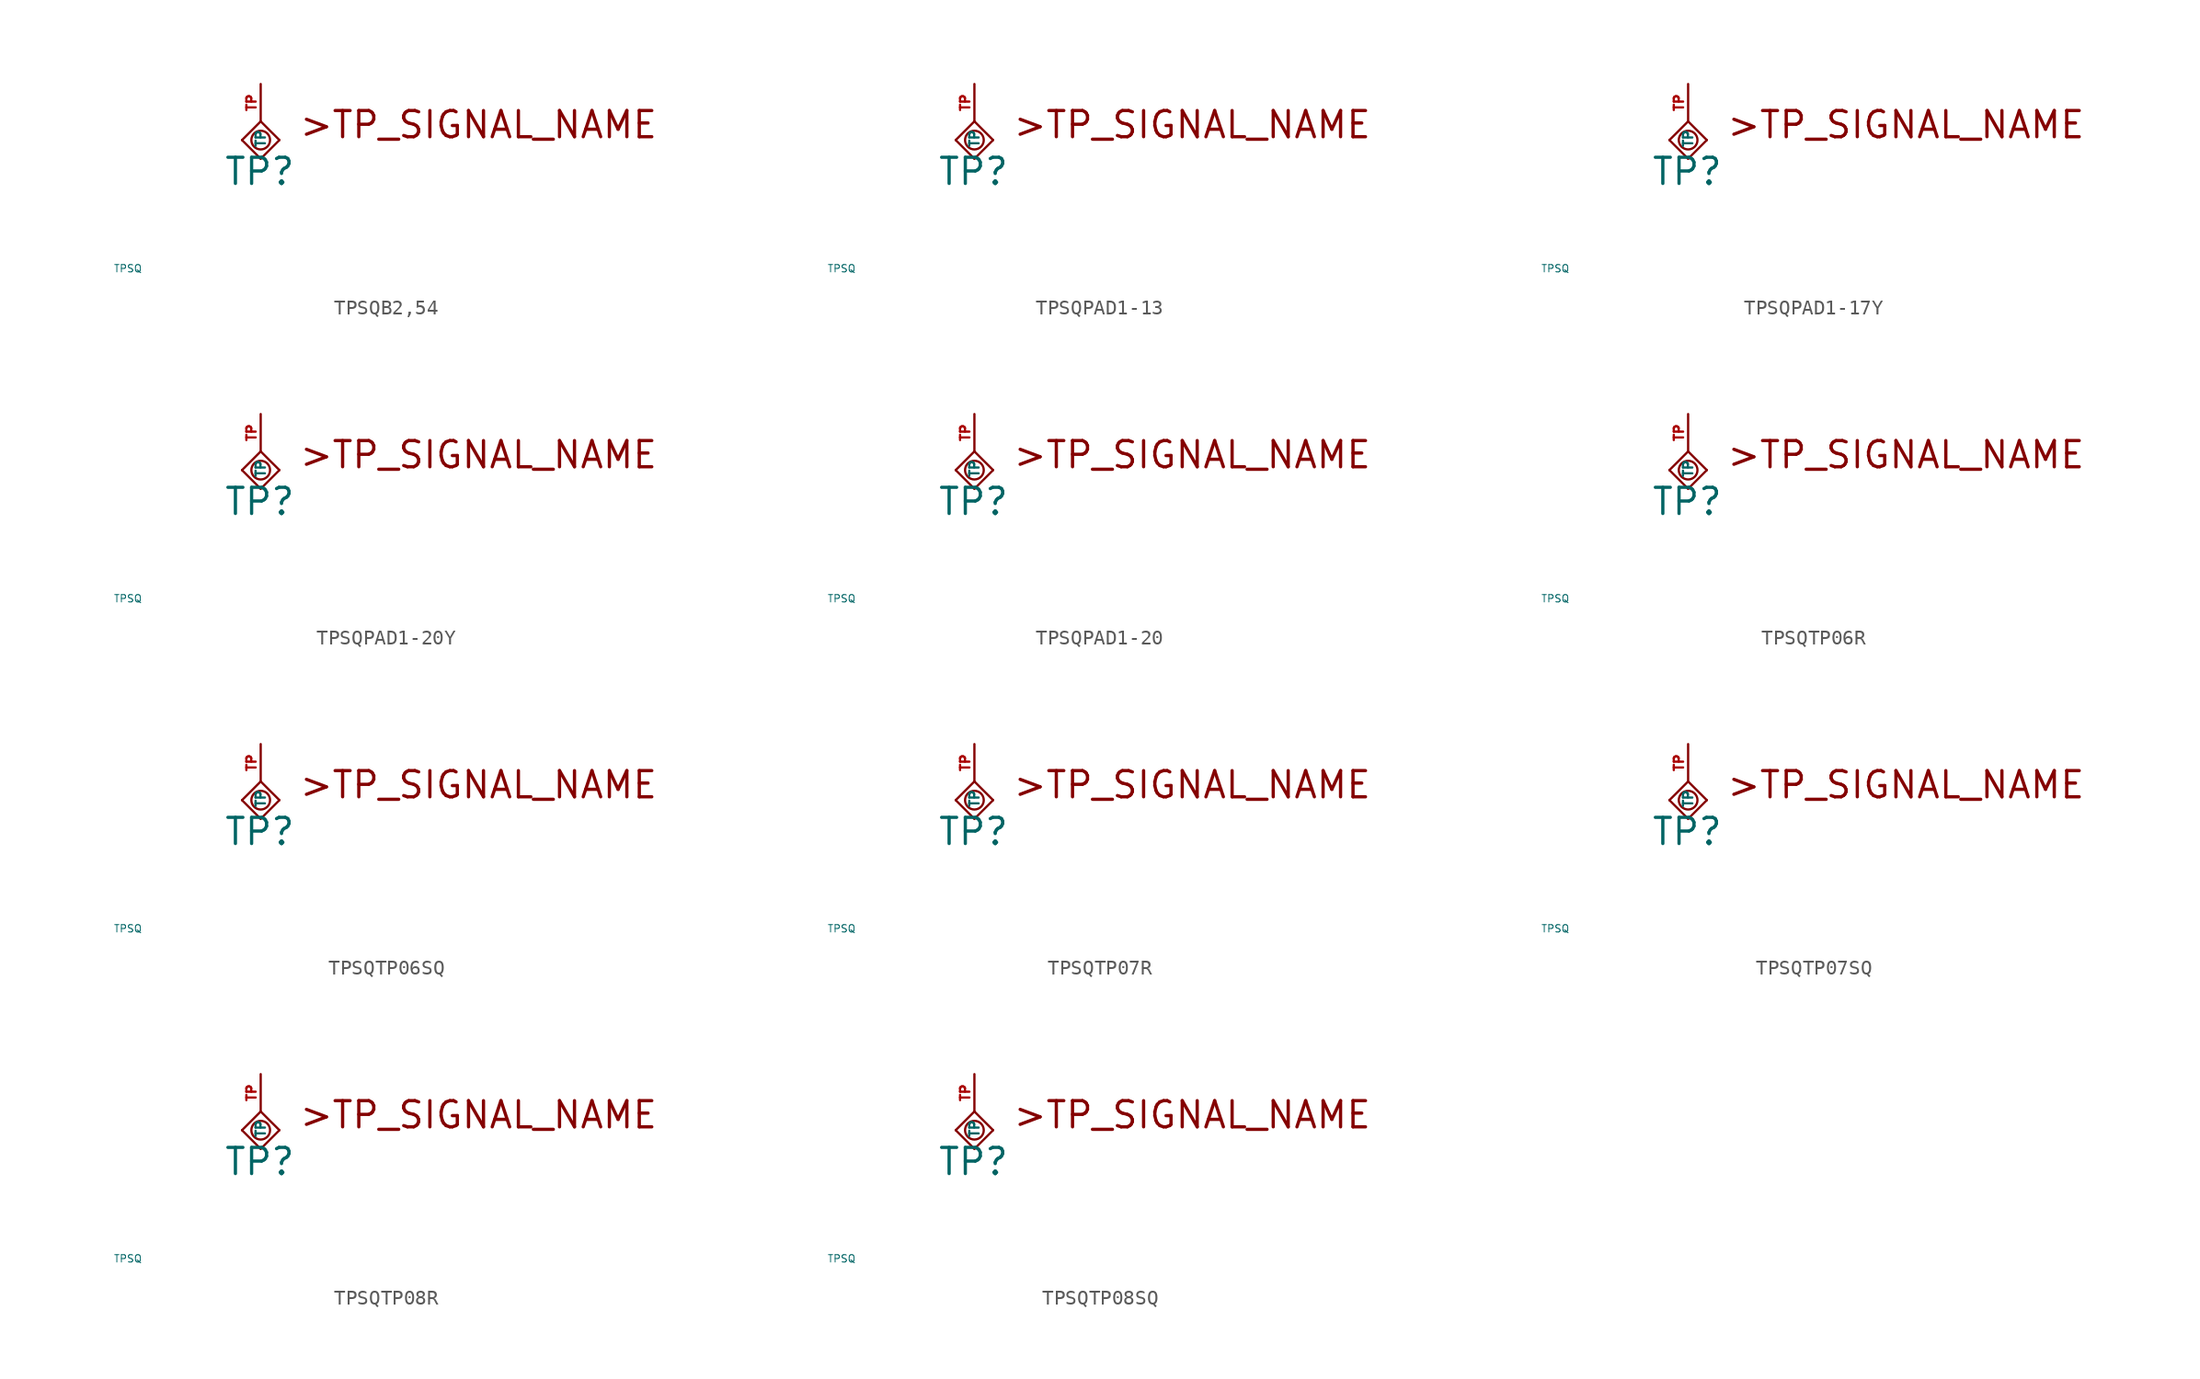
<source format=kicad_sym>
(kicad_symbol_lib
  (version 20220914)
  (generator Eagle2Kicad)
  (symbol "TPSQB2,54"
    (property "Reference" "TP"
      (at -2.54 -4.445 0)
      (effects (font (size 1.778 1.778) (thickness 0.22)) (justify left bottom)))
    (property "Value" "TPSQ"
      (at -10 -10 0)
      (effects (font (size 0.5 0.5) (thickness 0.06)) (justify left)))
    (polyline
      (pts (xy 0 -2.54) (xy 1.27 -1.27))
      (stroke (width 0.152) (type default))
      (fill (type none)))
    (polyline
      (pts (xy 1.27 -1.27) (xy 0 0))
      (stroke (width 0.152) (type default))
      (fill (type none)))
    (polyline
      (pts (xy 0 0) (xy -1.27 -1.27))
      (stroke (width 0.152) (type default))
      (fill (type none)))
    (polyline
      (pts (xy -1.27 -1.27) (xy 0 -2.54))
      (stroke (width 0.152) (type default))
      (fill (type none)))
    (text ">TP_SIGNAL_NAME"
      (at 2.54 -1.27 0)
      (effects (font (size 1.778 1.778) (thickness 0.22)) (justify left bottom)))
    (circle
      (center 0 -1.27)
      (radius 0.635)
      (stroke (width 0.152) (type default))
      (fill (type none)))
    (pin input line
      (at 0 2.54 270)
      (length 2.54)
      (name "TP" (effects (font (size 0.635 0.635) (thickness 0.08)) (justify left bottom)))
      (number "TP" (effects (font (size 0.635 0.635) (thickness 0.08)) (justify left bottom)))))
  (symbol "TPSQPAD1-13"
    (property "Reference" "TP"
      (at -2.54 -4.445 0)
      (effects (font (size 1.778 1.778) (thickness 0.22)) (justify left bottom)))
    (property "Value" "TPSQ"
      (at -10 -10 0)
      (effects (font (size 0.5 0.5) (thickness 0.06)) (justify left)))
    (polyline
      (pts (xy 0 -2.54) (xy 1.27 -1.27))
      (stroke (width 0.152) (type default))
      (fill (type none)))
    (polyline
      (pts (xy 1.27 -1.27) (xy 0 0))
      (stroke (width 0.152) (type default))
      (fill (type none)))
    (polyline
      (pts (xy 0 0) (xy -1.27 -1.27))
      (stroke (width 0.152) (type default))
      (fill (type none)))
    (polyline
      (pts (xy -1.27 -1.27) (xy 0 -2.54))
      (stroke (width 0.152) (type default))
      (fill (type none)))
    (text ">TP_SIGNAL_NAME"
      (at 2.54 -1.27 0)
      (effects (font (size 1.778 1.778) (thickness 0.22)) (justify left bottom)))
    (circle
      (center 0 -1.27)
      (radius 0.635)
      (stroke (width 0.152) (type default))
      (fill (type none)))
    (pin input line
      (at 0 2.54 270)
      (length 2.54)
      (name "TP" (effects (font (size 0.635 0.635) (thickness 0.08)) (justify left bottom)))
      (number "TP" (effects (font (size 0.635 0.635) (thickness 0.08)) (justify left bottom)))))
  (symbol "TPSQPAD1-17Y"
    (property "Reference" "TP"
      (at -2.54 -4.445 0)
      (effects (font (size 1.778 1.778) (thickness 0.22)) (justify left bottom)))
    (property "Value" "TPSQ"
      (at -10 -10 0)
      (effects (font (size 0.5 0.5) (thickness 0.06)) (justify left)))
    (polyline
      (pts (xy 0 -2.54) (xy 1.27 -1.27))
      (stroke (width 0.152) (type default))
      (fill (type none)))
    (polyline
      (pts (xy 1.27 -1.27) (xy 0 0))
      (stroke (width 0.152) (type default))
      (fill (type none)))
    (polyline
      (pts (xy 0 0) (xy -1.27 -1.27))
      (stroke (width 0.152) (type default))
      (fill (type none)))
    (polyline
      (pts (xy -1.27 -1.27) (xy 0 -2.54))
      (stroke (width 0.152) (type default))
      (fill (type none)))
    (text ">TP_SIGNAL_NAME"
      (at 2.54 -1.27 0)
      (effects (font (size 1.778 1.778) (thickness 0.22)) (justify left bottom)))
    (circle
      (center 0 -1.27)
      (radius 0.635)
      (stroke (width 0.152) (type default))
      (fill (type none)))
    (pin input line
      (at 0 2.54 270)
      (length 2.54)
      (name "TP" (effects (font (size 0.635 0.635) (thickness 0.08)) (justify left bottom)))
      (number "TP" (effects (font (size 0.635 0.635) (thickness 0.08)) (justify left bottom)))))
  (symbol "TPSQPAD1-20Y"
    (property "Reference" "TP"
      (at -2.54 -4.445 0)
      (effects (font (size 1.778 1.778) (thickness 0.22)) (justify left bottom)))
    (property "Value" "TPSQ"
      (at -10 -10 0)
      (effects (font (size 0.5 0.5) (thickness 0.06)) (justify left)))
    (polyline
      (pts (xy 0 -2.54) (xy 1.27 -1.27))
      (stroke (width 0.152) (type default))
      (fill (type none)))
    (polyline
      (pts (xy 1.27 -1.27) (xy 0 0))
      (stroke (width 0.152) (type default))
      (fill (type none)))
    (polyline
      (pts (xy 0 0) (xy -1.27 -1.27))
      (stroke (width 0.152) (type default))
      (fill (type none)))
    (polyline
      (pts (xy -1.27 -1.27) (xy 0 -2.54))
      (stroke (width 0.152) (type default))
      (fill (type none)))
    (text ">TP_SIGNAL_NAME"
      (at 2.54 -1.27 0)
      (effects (font (size 1.778 1.778) (thickness 0.22)) (justify left bottom)))
    (circle
      (center 0 -1.27)
      (radius 0.635)
      (stroke (width 0.152) (type default))
      (fill (type none)))
    (pin input line
      (at 0 2.54 270)
      (length 2.54)
      (name "TP" (effects (font (size 0.635 0.635) (thickness 0.08)) (justify left bottom)))
      (number "TP" (effects (font (size 0.635 0.635) (thickness 0.08)) (justify left bottom)))))
  (symbol "TPSQPAD1-20"
    (property "Reference" "TP"
      (at -2.54 -4.445 0)
      (effects (font (size 1.778 1.778) (thickness 0.22)) (justify left bottom)))
    (property "Value" "TPSQ"
      (at -10 -10 0)
      (effects (font (size 0.5 0.5) (thickness 0.06)) (justify left)))
    (polyline
      (pts (xy 0 -2.54) (xy 1.27 -1.27))
      (stroke (width 0.152) (type default))
      (fill (type none)))
    (polyline
      (pts (xy 1.27 -1.27) (xy 0 0))
      (stroke (width 0.152) (type default))
      (fill (type none)))
    (polyline
      (pts (xy 0 0) (xy -1.27 -1.27))
      (stroke (width 0.152) (type default))
      (fill (type none)))
    (polyline
      (pts (xy -1.27 -1.27) (xy 0 -2.54))
      (stroke (width 0.152) (type default))
      (fill (type none)))
    (text ">TP_SIGNAL_NAME"
      (at 2.54 -1.27 0)
      (effects (font (size 1.778 1.778) (thickness 0.22)) (justify left bottom)))
    (circle
      (center 0 -1.27)
      (radius 0.635)
      (stroke (width 0.152) (type default))
      (fill (type none)))
    (pin input line
      (at 0 2.54 270)
      (length 2.54)
      (name "TP" (effects (font (size 0.635 0.635) (thickness 0.08)) (justify left bottom)))
      (number "TP" (effects (font (size 0.635 0.635) (thickness 0.08)) (justify left bottom)))))
  (symbol "TPSQTP06R"
    (property "Reference" "TP"
      (at -2.54 -4.445 0)
      (effects (font (size 1.778 1.778) (thickness 0.22)) (justify left bottom)))
    (property "Value" "TPSQ"
      (at -10 -10 0)
      (effects (font (size 0.5 0.5) (thickness 0.06)) (justify left)))
    (polyline
      (pts (xy 0 -2.54) (xy 1.27 -1.27))
      (stroke (width 0.152) (type default))
      (fill (type none)))
    (polyline
      (pts (xy 1.27 -1.27) (xy 0 0))
      (stroke (width 0.152) (type default))
      (fill (type none)))
    (polyline
      (pts (xy 0 0) (xy -1.27 -1.27))
      (stroke (width 0.152) (type default))
      (fill (type none)))
    (polyline
      (pts (xy -1.27 -1.27) (xy 0 -2.54))
      (stroke (width 0.152) (type default))
      (fill (type none)))
    (text ">TP_SIGNAL_NAME"
      (at 2.54 -1.27 0)
      (effects (font (size 1.778 1.778) (thickness 0.22)) (justify left bottom)))
    (circle
      (center 0 -1.27)
      (radius 0.635)
      (stroke (width 0.152) (type default))
      (fill (type none)))
    (pin input line
      (at 0 2.54 270)
      (length 2.54)
      (name "TP" (effects (font (size 0.635 0.635) (thickness 0.08)) (justify left bottom)))
      (number "TP" (effects (font (size 0.635 0.635) (thickness 0.08)) (justify left bottom)))))
  (symbol "TPSQTP06SQ"
    (property "Reference" "TP"
      (at -2.54 -4.445 0)
      (effects (font (size 1.778 1.778) (thickness 0.22)) (justify left bottom)))
    (property "Value" "TPSQ"
      (at -10 -10 0)
      (effects (font (size 0.5 0.5) (thickness 0.06)) (justify left)))
    (polyline
      (pts (xy 0 -2.54) (xy 1.27 -1.27))
      (stroke (width 0.152) (type default))
      (fill (type none)))
    (polyline
      (pts (xy 1.27 -1.27) (xy 0 0))
      (stroke (width 0.152) (type default))
      (fill (type none)))
    (polyline
      (pts (xy 0 0) (xy -1.27 -1.27))
      (stroke (width 0.152) (type default))
      (fill (type none)))
    (polyline
      (pts (xy -1.27 -1.27) (xy 0 -2.54))
      (stroke (width 0.152) (type default))
      (fill (type none)))
    (text ">TP_SIGNAL_NAME"
      (at 2.54 -1.27 0)
      (effects (font (size 1.778 1.778) (thickness 0.22)) (justify left bottom)))
    (circle
      (center 0 -1.27)
      (radius 0.635)
      (stroke (width 0.152) (type default))
      (fill (type none)))
    (pin input line
      (at 0 2.54 270)
      (length 2.54)
      (name "TP" (effects (font (size 0.635 0.635) (thickness 0.08)) (justify left bottom)))
      (number "TP" (effects (font (size 0.635 0.635) (thickness 0.08)) (justify left bottom)))))
  (symbol "TPSQTP07R"
    (property "Reference" "TP"
      (at -2.54 -4.445 0)
      (effects (font (size 1.778 1.778) (thickness 0.22)) (justify left bottom)))
    (property "Value" "TPSQ"
      (at -10 -10 0)
      (effects (font (size 0.5 0.5) (thickness 0.06)) (justify left)))
    (polyline
      (pts (xy 0 -2.54) (xy 1.27 -1.27))
      (stroke (width 0.152) (type default))
      (fill (type none)))
    (polyline
      (pts (xy 1.27 -1.27) (xy 0 0))
      (stroke (width 0.152) (type default))
      (fill (type none)))
    (polyline
      (pts (xy 0 0) (xy -1.27 -1.27))
      (stroke (width 0.152) (type default))
      (fill (type none)))
    (polyline
      (pts (xy -1.27 -1.27) (xy 0 -2.54))
      (stroke (width 0.152) (type default))
      (fill (type none)))
    (text ">TP_SIGNAL_NAME"
      (at 2.54 -1.27 0)
      (effects (font (size 1.778 1.778) (thickness 0.22)) (justify left bottom)))
    (circle
      (center 0 -1.27)
      (radius 0.635)
      (stroke (width 0.152) (type default))
      (fill (type none)))
    (pin input line
      (at 0 2.54 270)
      (length 2.54)
      (name "TP" (effects (font (size 0.635 0.635) (thickness 0.08)) (justify left bottom)))
      (number "TP" (effects (font (size 0.635 0.635) (thickness 0.08)) (justify left bottom)))))
  (symbol "TPSQTP07SQ"
    (property "Reference" "TP"
      (at -2.54 -4.445 0)
      (effects (font (size 1.778 1.778) (thickness 0.22)) (justify left bottom)))
    (property "Value" "TPSQ"
      (at -10 -10 0)
      (effects (font (size 0.5 0.5) (thickness 0.06)) (justify left)))
    (polyline
      (pts (xy 0 -2.54) (xy 1.27 -1.27))
      (stroke (width 0.152) (type default))
      (fill (type none)))
    (polyline
      (pts (xy 1.27 -1.27) (xy 0 0))
      (stroke (width 0.152) (type default))
      (fill (type none)))
    (polyline
      (pts (xy 0 0) (xy -1.27 -1.27))
      (stroke (width 0.152) (type default))
      (fill (type none)))
    (polyline
      (pts (xy -1.27 -1.27) (xy 0 -2.54))
      (stroke (width 0.152) (type default))
      (fill (type none)))
    (text ">TP_SIGNAL_NAME"
      (at 2.54 -1.27 0)
      (effects (font (size 1.778 1.778) (thickness 0.22)) (justify left bottom)))
    (circle
      (center 0 -1.27)
      (radius 0.635)
      (stroke (width 0.152) (type default))
      (fill (type none)))
    (pin input line
      (at 0 2.54 270)
      (length 2.54)
      (name "TP" (effects (font (size 0.635 0.635) (thickness 0.08)) (justify left bottom)))
      (number "TP" (effects (font (size 0.635 0.635) (thickness 0.08)) (justify left bottom)))))
  (symbol "TPSQTP08R"
    (property "Reference" "TP"
      (at -2.54 -4.445 0)
      (effects (font (size 1.778 1.778) (thickness 0.22)) (justify left bottom)))
    (property "Value" "TPSQ"
      (at -10 -10 0)
      (effects (font (size 0.5 0.5) (thickness 0.06)) (justify left)))
    (polyline
      (pts (xy 0 -2.54) (xy 1.27 -1.27))
      (stroke (width 0.152) (type default))
      (fill (type none)))
    (polyline
      (pts (xy 1.27 -1.27) (xy 0 0))
      (stroke (width 0.152) (type default))
      (fill (type none)))
    (polyline
      (pts (xy 0 0) (xy -1.27 -1.27))
      (stroke (width 0.152) (type default))
      (fill (type none)))
    (polyline
      (pts (xy -1.27 -1.27) (xy 0 -2.54))
      (stroke (width 0.152) (type default))
      (fill (type none)))
    (text ">TP_SIGNAL_NAME"
      (at 2.54 -1.27 0)
      (effects (font (size 1.778 1.778) (thickness 0.22)) (justify left bottom)))
    (circle
      (center 0 -1.27)
      (radius 0.635)
      (stroke (width 0.152) (type default))
      (fill (type none)))
    (pin input line
      (at 0 2.54 270)
      (length 2.54)
      (name "TP" (effects (font (size 0.635 0.635) (thickness 0.08)) (justify left bottom)))
      (number "TP" (effects (font (size 0.635 0.635) (thickness 0.08)) (justify left bottom)))))
  (symbol "TPSQTP08SQ"
    (property "Reference" "TP"
      (at -2.54 -4.445 0)
      (effects (font (size 1.778 1.778) (thickness 0.22)) (justify left bottom)))
    (property "Value" "TPSQ"
      (at -10 -10 0)
      (effects (font (size 0.5 0.5) (thickness 0.06)) (justify left)))
    (polyline
      (pts (xy 0 -2.54) (xy 1.27 -1.27))
      (stroke (width 0.152) (type default))
      (fill (type none)))
    (polyline
      (pts (xy 1.27 -1.27) (xy 0 0))
      (stroke (width 0.152) (type default))
      (fill (type none)))
    (polyline
      (pts (xy 0 0) (xy -1.27 -1.27))
      (stroke (width 0.152) (type default))
      (fill (type none)))
    (polyline
      (pts (xy -1.27 -1.27) (xy 0 -2.54))
      (stroke (width 0.152) (type default))
      (fill (type none)))
    (text ">TP_SIGNAL_NAME"
      (at 2.54 -1.27 0)
      (effects (font (size 1.778 1.778) (thickness 0.22)) (justify left bottom)))
    (circle
      (center 0 -1.27)
      (radius 0.635)
      (stroke (width 0.152) (type default))
      (fill (type none)))
    (pin input line
      (at 0 2.54 270)
      (length 2.54)
      (name "TP" (effects (font (size 0.635 0.635) (thickness 0.08)) (justify left bottom)))
      (number "TP" (effects (font (size 0.635 0.635) (thickness 0.08)) (justify left bottom))))))
</source>
